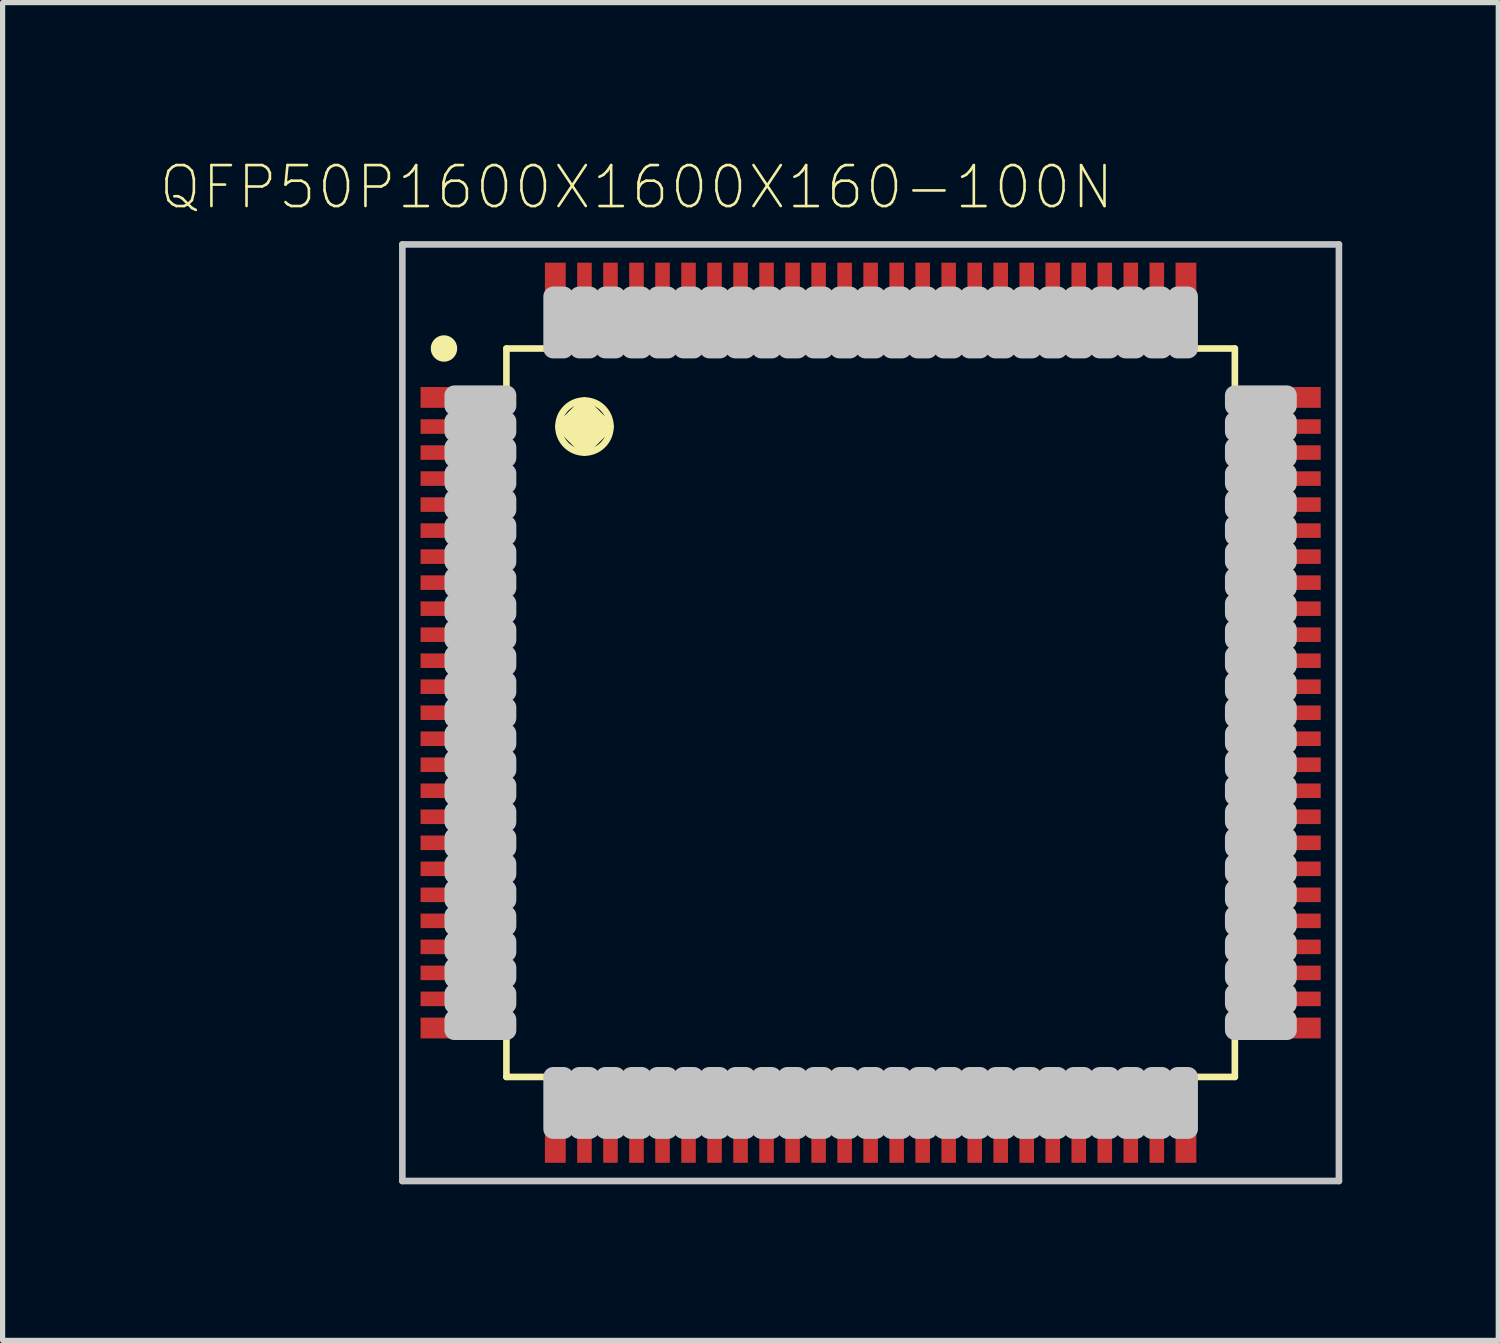
<source format=kicad_pcb>
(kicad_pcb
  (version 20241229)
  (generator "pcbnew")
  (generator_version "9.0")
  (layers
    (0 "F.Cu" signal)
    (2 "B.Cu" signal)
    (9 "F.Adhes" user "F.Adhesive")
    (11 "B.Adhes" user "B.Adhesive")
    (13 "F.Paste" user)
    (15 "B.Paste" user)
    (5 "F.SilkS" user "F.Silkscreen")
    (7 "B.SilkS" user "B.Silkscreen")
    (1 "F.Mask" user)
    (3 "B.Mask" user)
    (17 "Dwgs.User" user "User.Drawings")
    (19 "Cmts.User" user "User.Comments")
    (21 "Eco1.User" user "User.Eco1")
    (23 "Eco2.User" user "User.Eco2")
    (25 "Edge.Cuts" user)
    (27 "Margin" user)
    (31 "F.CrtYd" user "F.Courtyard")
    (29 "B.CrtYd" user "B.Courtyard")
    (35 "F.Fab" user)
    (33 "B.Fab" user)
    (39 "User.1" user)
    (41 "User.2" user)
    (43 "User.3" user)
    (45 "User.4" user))
  (footprint "QFP50P1600X1600X160-100N"
    (layer "F.Cu")
    (at 13.683 10.648)
    (property "Reference" "QFP50P1600X1600X160-100N" (at -4.5 -10.1 0) (layer "F.SilkS") (effects (font (size 0.787 0.787) (thickness 0.05))))
    (attr smd)
    (fp_line (start -7 7) (end -7 -7) (stroke (width 0.127) (type solid)) (layer "F.SilkS"))
    (fp_line (start 7 -7) (end -7 -7) (stroke (width 0.127) (type solid)) (layer "F.SilkS"))
    (fp_line (start 7 -7) (end 7 7) (stroke (width 0.127) (type solid)) (layer "F.SilkS"))
    (fp_line (start 7 7) (end -7 7) (stroke (width 0.127) (type solid)) (layer "F.SilkS"))
    (fp_circle (center -8.2 -7) (end -7.946 -7) (stroke (width 0) (type solid)) (fill yes) (layer "F.SilkS"))
    (fp_circle (center -5.5 -5.5) (end -5 -5.5) (stroke (width 0.127) (type solid)) (fill no) (layer "F.SilkS"))
    (fp_poly (pts (xy -6 -5.5) (xy -5.5 -6) (xy -5 -5.5) (xy -5.5 -5)) (stroke (width 0.127) (type solid)) (fill yes) (layer "F.SilkS"))
    (fp_line (start -9 -9) (end 9 -9) (stroke (width 0.127) (type solid)) (layer "Dwgs.User"))
    (fp_line (start -9 9) (end -9 -9) (stroke (width 0.127) (type solid)) (layer "Dwgs.User"))
    (fp_line (start 9 -9) (end 9 9) (stroke (width 0.127) (type solid)) (layer "Dwgs.User"))
    (fp_line (start 9 9) (end -9 9) (stroke (width 0.127) (type solid)) (layer "Dwgs.User"))
    (fp_poly (pts (xy -7 -6.1) (xy -7 -5.9) (xy -8 -5.9) (xy -8 -6.1)) (stroke (width 0.381) (type solid)) (fill no) (layer "Dwgs.User"))
    (fp_poly (pts (xy -7 -5.6) (xy -7 -5.4) (xy -8 -5.4) (xy -8 -5.6)) (stroke (width 0.381) (type solid)) (fill no) (layer "Dwgs.User"))
    (fp_poly (pts (xy -7 -5.1) (xy -7 -4.9) (xy -8 -4.9) (xy -8 -5.1)) (stroke (width 0.381) (type solid)) (fill no) (layer "Dwgs.User"))
    (fp_poly (pts (xy -7 -4.6) (xy -7 -4.4) (xy -8 -4.4) (xy -8 -4.6)) (stroke (width 0.381) (type solid)) (fill no) (layer "Dwgs.User"))
    (fp_poly (pts (xy -7 -4.1) (xy -7 -3.9) (xy -8 -3.9) (xy -8 -4.1)) (stroke (width 0.381) (type solid)) (fill no) (layer "Dwgs.User"))
    (fp_poly (pts (xy -7 -3.6) (xy -7 -3.4) (xy -8 -3.4) (xy -8 -3.6)) (stroke (width 0.381) (type solid)) (fill no) (layer "Dwgs.User"))
    (fp_poly (pts (xy -7 -3.1) (xy -7 -2.9) (xy -8 -2.9) (xy -8 -3.1)) (stroke (width 0.381) (type solid)) (fill no) (layer "Dwgs.User"))
    (fp_poly (pts (xy -7 -2.6) (xy -7 -2.4) (xy -8 -2.4) (xy -8 -2.6)) (stroke (width 0.381) (type solid)) (fill no) (layer "Dwgs.User"))
    (fp_poly (pts (xy -7 -2.1) (xy -7 -1.9) (xy -8 -1.9) (xy -8 -2.1)) (stroke (width 0.381) (type solid)) (fill no) (layer "Dwgs.User"))
    (fp_poly (pts (xy -7 -1.6) (xy -7 -1.4) (xy -8 -1.4) (xy -8 -1.6)) (stroke (width 0.381) (type solid)) (fill no) (layer "Dwgs.User"))
    (fp_poly (pts (xy -7 -1.1) (xy -7 -0.9) (xy -8 -0.9) (xy -8 -1.1)) (stroke (width 0.381) (type solid)) (fill no) (layer "Dwgs.User"))
    (fp_poly (pts (xy -7 -0.6) (xy -7 -0.4) (xy -8 -0.4) (xy -8 -0.6)) (stroke (width 0.381) (type solid)) (fill no) (layer "Dwgs.User"))
    (fp_poly (pts (xy -7 -0.1) (xy -7 0.1) (xy -8 0.1) (xy -8 -0.1)) (stroke (width 0.381) (type solid)) (fill no) (layer "Dwgs.User"))
    (fp_poly (pts (xy -7 0.4) (xy -7 0.6) (xy -8 0.6) (xy -8 0.4)) (stroke (width 0.381) (type solid)) (fill no) (layer "Dwgs.User"))
    (fp_poly (pts (xy -7 0.9) (xy -7 1.1) (xy -8 1.1) (xy -8 0.9)) (stroke (width 0.381) (type solid)) (fill no) (layer "Dwgs.User"))
    (fp_poly (pts (xy -7 1.4) (xy -7 1.6) (xy -8 1.6) (xy -8 1.4)) (stroke (width 0.381) (type solid)) (fill no) (layer "Dwgs.User"))
    (fp_poly (pts (xy -7 1.9) (xy -7 2.1) (xy -8 2.1) (xy -8 1.9)) (stroke (width 0.381) (type solid)) (fill no) (layer "Dwgs.User"))
    (fp_poly (pts (xy -7 2.4) (xy -7 2.6) (xy -8 2.6) (xy -8 2.4)) (stroke (width 0.381) (type solid)) (fill no) (layer "Dwgs.User"))
    (fp_poly (pts (xy -7 2.9) (xy -7 3.1) (xy -8 3.1) (xy -8 2.9)) (stroke (width 0.381) (type solid)) (fill no) (layer "Dwgs.User"))
    (fp_poly (pts (xy -7 3.4) (xy -7 3.6) (xy -8 3.6) (xy -8 3.4)) (stroke (width 0.381) (type solid)) (fill no) (layer "Dwgs.User"))
    (fp_poly (pts (xy -7 3.9) (xy -7 4.1) (xy -8 4.1) (xy -8 3.9)) (stroke (width 0.381) (type solid)) (fill no) (layer "Dwgs.User"))
    (fp_poly (pts (xy -7 4.4) (xy -7 4.6) (xy -8 4.6) (xy -8 4.4)) (stroke (width 0.381) (type solid)) (fill no) (layer "Dwgs.User"))
    (fp_poly (pts (xy -7 4.9) (xy -7 5.1) (xy -8 5.1) (xy -8 4.9)) (stroke (width 0.381) (type solid)) (fill no) (layer "Dwgs.User"))
    (fp_poly (pts (xy -7 5.4) (xy -7 5.6) (xy -8 5.6) (xy -8 5.4)) (stroke (width 0.381) (type solid)) (fill no) (layer "Dwgs.User"))
    (fp_poly (pts (xy -7 5.9) (xy -7 6.1) (xy -8 6.1) (xy -8 5.9)) (stroke (width 0.381) (type solid)) (fill no) (layer "Dwgs.User"))
    (fp_poly (pts (xy -6.1 7) (xy -5.9 7) (xy -5.9 8) (xy -6.1 8)) (stroke (width 0.381) (type solid)) (fill no) (layer "Dwgs.User"))
    (fp_poly (pts (xy -5.9 -7) (xy -6.1 -7) (xy -6.1 -8) (xy -5.9 -8)) (stroke (width 0.381) (type solid)) (fill no) (layer "Dwgs.User"))
    (fp_poly (pts (xy -5.6 7) (xy -5.4 7) (xy -5.4 8) (xy -5.6 8)) (stroke (width 0.381) (type solid)) (fill no) (layer "Dwgs.User"))
    (fp_poly (pts (xy -5.4 -7) (xy -5.6 -7) (xy -5.6 -8) (xy -5.4 -8)) (stroke (width 0.381) (type solid)) (fill no) (layer "Dwgs.User"))
    (fp_poly (pts (xy -5.1 7) (xy -4.9 7) (xy -4.9 8) (xy -5.1 8)) (stroke (width 0.381) (type solid)) (fill no) (layer "Dwgs.User"))
    (fp_poly (pts (xy -4.9 -7) (xy -5.1 -7) (xy -5.1 -8) (xy -4.9 -8)) (stroke (width 0.381) (type solid)) (fill no) (layer "Dwgs.User"))
    (fp_poly (pts (xy -4.6 7) (xy -4.4 7) (xy -4.4 8) (xy -4.6 8)) (stroke (width 0.381) (type solid)) (fill no) (layer "Dwgs.User"))
    (fp_poly (pts (xy -4.4 -7) (xy -4.6 -7) (xy -4.6 -8) (xy -4.4 -8)) (stroke (width 0.381) (type solid)) (fill no) (layer "Dwgs.User"))
    (fp_poly (pts (xy -4.1 7) (xy -3.9 7) (xy -3.9 8) (xy -4.1 8)) (stroke (width 0.381) (type solid)) (fill no) (layer "Dwgs.User"))
    (fp_poly (pts (xy -3.9 -7) (xy -4.1 -7) (xy -4.1 -8) (xy -3.9 -8)) (stroke (width 0.381) (type solid)) (fill no) (layer "Dwgs.User"))
    (fp_poly (pts (xy -3.6 7) (xy -3.4 7) (xy -3.4 8) (xy -3.6 8)) (stroke (width 0.381) (type solid)) (fill no) (layer "Dwgs.User"))
    (fp_poly (pts (xy -3.4 -7) (xy -3.6 -7) (xy -3.6 -8) (xy -3.4 -8)) (stroke (width 0.381) (type solid)) (fill no) (layer "Dwgs.User"))
    (fp_poly (pts (xy -3.1 7) (xy -2.9 7) (xy -2.9 8) (xy -3.1 8)) (stroke (width 0.381) (type solid)) (fill no) (layer "Dwgs.User"))
    (fp_poly (pts (xy -2.9 -7) (xy -3.1 -7) (xy -3.1 -8) (xy -2.9 -8)) (stroke (width 0.381) (type solid)) (fill no) (layer "Dwgs.User"))
    (fp_poly (pts (xy -2.6 7) (xy -2.4 7) (xy -2.4 8) (xy -2.6 8)) (stroke (width 0.381) (type solid)) (fill no) (layer "Dwgs.User"))
    (fp_poly (pts (xy -2.4 -7) (xy -2.6 -7) (xy -2.6 -8) (xy -2.4 -8)) (stroke (width 0.381) (type solid)) (fill no) (layer "Dwgs.User"))
    (fp_poly (pts (xy -2.1 7) (xy -1.9 7) (xy -1.9 8) (xy -2.1 8)) (stroke (width 0.381) (type solid)) (fill no) (layer "Dwgs.User"))
    (fp_poly (pts (xy -1.9 -7) (xy -2.1 -7) (xy -2.1 -8) (xy -1.9 -8)) (stroke (width 0.381) (type solid)) (fill no) (layer "Dwgs.User"))
    (fp_poly (pts (xy -1.6 7) (xy -1.4 7) (xy -1.4 8) (xy -1.6 8)) (stroke (width 0.381) (type solid)) (fill no) (layer "Dwgs.User"))
    (fp_poly (pts (xy -1.4 -7) (xy -1.6 -7) (xy -1.6 -8) (xy -1.4 -8)) (stroke (width 0.381) (type solid)) (fill no) (layer "Dwgs.User"))
    (fp_poly (pts (xy -1.1 7) (xy -0.9 7) (xy -0.9 8) (xy -1.1 8)) (stroke (width 0.381) (type solid)) (fill no) (layer "Dwgs.User"))
    (fp_poly (pts (xy -0.9 -7) (xy -1.1 -7) (xy -1.1 -8) (xy -0.9 -8)) (stroke (width 0.381) (type solid)) (fill no) (layer "Dwgs.User"))
    (fp_poly (pts (xy -0.6 7) (xy -0.4 7) (xy -0.4 8) (xy -0.6 8)) (stroke (width 0.381) (type solid)) (fill no) (layer "Dwgs.User"))
    (fp_poly (pts (xy -0.4 -7) (xy -0.6 -7) (xy -0.6 -8) (xy -0.4 -8)) (stroke (width 0.381) (type solid)) (fill no) (layer "Dwgs.User"))
    (fp_poly (pts (xy -0.1 7) (xy 0.1 7) (xy 0.1 8) (xy -0.1 8)) (stroke (width 0.381) (type solid)) (fill no) (layer "Dwgs.User"))
    (fp_poly (pts (xy 0.1 -7) (xy -0.1 -7) (xy -0.1 -8) (xy 0.1 -8)) (stroke (width 0.381) (type solid)) (fill no) (layer "Dwgs.User"))
    (fp_poly (pts (xy 0.4 7) (xy 0.6 7) (xy 0.6 8) (xy 0.4 8)) (stroke (width 0.381) (type solid)) (fill no) (layer "Dwgs.User"))
    (fp_poly (pts (xy 0.6 -7) (xy 0.4 -7) (xy 0.4 -8) (xy 0.6 -8)) (stroke (width 0.381) (type solid)) (fill no) (layer "Dwgs.User"))
    (fp_poly (pts (xy 0.9 7) (xy 1.1 7) (xy 1.1 8) (xy 0.9 8)) (stroke (width 0.381) (type solid)) (fill no) (layer "Dwgs.User"))
    (fp_poly (pts (xy 1.1 -7) (xy 0.9 -7) (xy 0.9 -8) (xy 1.1 -8)) (stroke (width 0.381) (type solid)) (fill no) (layer "Dwgs.User"))
    (fp_poly (pts (xy 1.4 7) (xy 1.6 7) (xy 1.6 8) (xy 1.4 8)) (stroke (width 0.381) (type solid)) (fill no) (layer "Dwgs.User"))
    (fp_poly (pts (xy 1.6 -7) (xy 1.4 -7) (xy 1.4 -8) (xy 1.6 -8)) (stroke (width 0.381) (type solid)) (fill no) (layer "Dwgs.User"))
    (fp_poly (pts (xy 1.9 7) (xy 2.1 7) (xy 2.1 8) (xy 1.9 8)) (stroke (width 0.381) (type solid)) (fill no) (layer "Dwgs.User"))
    (fp_poly (pts (xy 2.1 -7) (xy 1.9 -7) (xy 1.9 -8) (xy 2.1 -8)) (stroke (width 0.381) (type solid)) (fill no) (layer "Dwgs.User"))
    (fp_poly (pts (xy 2.4 7) (xy 2.6 7) (xy 2.6 8) (xy 2.4 8)) (stroke (width 0.381) (type solid)) (fill no) (layer "Dwgs.User"))
    (fp_poly (pts (xy 2.6 -7) (xy 2.4 -7) (xy 2.4 -8) (xy 2.6 -8)) (stroke (width 0.381) (type solid)) (fill no) (layer "Dwgs.User"))
    (fp_poly (pts (xy 2.9 7) (xy 3.1 7) (xy 3.1 8) (xy 2.9 8)) (stroke (width 0.381) (type solid)) (fill no) (layer "Dwgs.User"))
    (fp_poly (pts (xy 3.1 -7) (xy 2.9 -7) (xy 2.9 -8) (xy 3.1 -8)) (stroke (width 0.381) (type solid)) (fill no) (layer "Dwgs.User"))
    (fp_poly (pts (xy 3.4 7) (xy 3.6 7) (xy 3.6 8) (xy 3.4 8)) (stroke (width 0.381) (type solid)) (fill no) (layer "Dwgs.User"))
    (fp_poly (pts (xy 3.6 -7) (xy 3.4 -7) (xy 3.4 -8) (xy 3.6 -8)) (stroke (width 0.381) (type solid)) (fill no) (layer "Dwgs.User"))
    (fp_poly (pts (xy 3.9 7) (xy 4.1 7) (xy 4.1 8) (xy 3.9 8)) (stroke (width 0.381) (type solid)) (fill no) (layer "Dwgs.User"))
    (fp_poly (pts (xy 4.1 -7) (xy 3.9 -7) (xy 3.9 -8) (xy 4.1 -8)) (stroke (width 0.381) (type solid)) (fill no) (layer "Dwgs.User"))
    (fp_poly (pts (xy 4.4 7) (xy 4.6 7) (xy 4.6 8) (xy 4.4 8)) (stroke (width 0.381) (type solid)) (fill no) (layer "Dwgs.User"))
    (fp_poly (pts (xy 4.6 -7) (xy 4.4 -7) (xy 4.4 -8) (xy 4.6 -8)) (stroke (width 0.381) (type solid)) (fill no) (layer "Dwgs.User"))
    (fp_poly (pts (xy 4.9 7) (xy 5.1 7) (xy 5.1 8) (xy 4.9 8)) (stroke (width 0.381) (type solid)) (fill no) (layer "Dwgs.User"))
    (fp_poly (pts (xy 5.1 -7) (xy 4.9 -7) (xy 4.9 -8) (xy 5.1 -8)) (stroke (width 0.381) (type solid)) (fill no) (layer "Dwgs.User"))
    (fp_poly (pts (xy 5.4 7) (xy 5.6 7) (xy 5.6 8) (xy 5.4 8)) (stroke (width 0.381) (type solid)) (fill no) (layer "Dwgs.User"))
    (fp_poly (pts (xy 5.6 -7) (xy 5.4 -7) (xy 5.4 -8) (xy 5.6 -8)) (stroke (width 0.381) (type solid)) (fill no) (layer "Dwgs.User"))
    (fp_poly (pts (xy 5.9 7) (xy 6.1 7) (xy 6.1 8) (xy 5.9 8)) (stroke (width 0.381) (type solid)) (fill no) (layer "Dwgs.User"))
    (fp_poly (pts (xy 6.1 -7) (xy 5.9 -7) (xy 5.9 -8) (xy 6.1 -8)) (stroke (width 0.381) (type solid)) (fill no) (layer "Dwgs.User"))
    (fp_poly (pts (xy 8 -6.1) (xy 8 -5.9) (xy 7 -5.9) (xy 7 -6.1)) (stroke (width 0.381) (type solid)) (fill no) (layer "Dwgs.User"))
    (fp_poly (pts (xy 8 -5.6) (xy 8 -5.4) (xy 7 -5.4) (xy 7 -5.6)) (stroke (width 0.381) (type solid)) (fill no) (layer "Dwgs.User"))
    (fp_poly (pts (xy 8 -5.1) (xy 8 -4.9) (xy 7 -4.9) (xy 7 -5.1)) (stroke (width 0.381) (type solid)) (fill no) (layer "Dwgs.User"))
    (fp_poly (pts (xy 8 -4.6) (xy 8 -4.4) (xy 7 -4.4) (xy 7 -4.6)) (stroke (width 0.381) (type solid)) (fill no) (layer "Dwgs.User"))
    (fp_poly (pts (xy 8 -4.1) (xy 8 -3.9) (xy 7 -3.9) (xy 7 -4.1)) (stroke (width 0.381) (type solid)) (fill no) (layer "Dwgs.User"))
    (fp_poly (pts (xy 8 -3.6) (xy 8 -3.4) (xy 7 -3.4) (xy 7 -3.6)) (stroke (width 0.381) (type solid)) (fill no) (layer "Dwgs.User"))
    (fp_poly (pts (xy 8 -3.1) (xy 8 -2.9) (xy 7 -2.9) (xy 7 -3.1)) (stroke (width 0.381) (type solid)) (fill no) (layer "Dwgs.User"))
    (fp_poly (pts (xy 8 -2.6) (xy 8 -2.4) (xy 7 -2.4) (xy 7 -2.6)) (stroke (width 0.381) (type solid)) (fill no) (layer "Dwgs.User"))
    (fp_poly (pts (xy 8 -2.1) (xy 8 -1.9) (xy 7 -1.9) (xy 7 -2.1)) (stroke (width 0.381) (type solid)) (fill no) (layer "Dwgs.User"))
    (fp_poly (pts (xy 8 -1.6) (xy 8 -1.4) (xy 7 -1.4) (xy 7 -1.6)) (stroke (width 0.381) (type solid)) (fill no) (layer "Dwgs.User"))
    (fp_poly (pts (xy 8 -1.1) (xy 8 -0.9) (xy 7 -0.9) (xy 7 -1.1)) (stroke (width 0.381) (type solid)) (fill no) (layer "Dwgs.User"))
    (fp_poly (pts (xy 8 -0.6) (xy 8 -0.4) (xy 7 -0.4) (xy 7 -0.6)) (stroke (width 0.381) (type solid)) (fill no) (layer "Dwgs.User"))
    (fp_poly (pts (xy 8 -0.1) (xy 8 0.1) (xy 7 0.1) (xy 7 -0.1)) (stroke (width 0.381) (type solid)) (fill no) (layer "Dwgs.User"))
    (fp_poly (pts (xy 8 0.4) (xy 8 0.6) (xy 7 0.6) (xy 7 0.4)) (stroke (width 0.381) (type solid)) (fill no) (layer "Dwgs.User"))
    (fp_poly (pts (xy 8 0.9) (xy 8 1.1) (xy 7 1.1) (xy 7 0.9)) (stroke (width 0.381) (type solid)) (fill no) (layer "Dwgs.User"))
    (fp_poly (pts (xy 8 1.4) (xy 8 1.6) (xy 7 1.6) (xy 7 1.4)) (stroke (width 0.381) (type solid)) (fill no) (layer "Dwgs.User"))
    (fp_poly (pts (xy 8 1.9) (xy 8 2.1) (xy 7 2.1) (xy 7 1.9)) (stroke (width 0.381) (type solid)) (fill no) (layer "Dwgs.User"))
    (fp_poly (pts (xy 8 2.4) (xy 8 2.6) (xy 7 2.6) (xy 7 2.4)) (stroke (width 0.381) (type solid)) (fill no) (layer "Dwgs.User"))
    (fp_poly (pts (xy 8 2.9) (xy 8 3.1) (xy 7 3.1) (xy 7 2.9)) (stroke (width 0.381) (type solid)) (fill no) (layer "Dwgs.User"))
    (fp_poly (pts (xy 8 3.4) (xy 8 3.6) (xy 7 3.6) (xy 7 3.4)) (stroke (width 0.381) (type solid)) (fill no) (layer "Dwgs.User"))
    (fp_poly (pts (xy 8 3.9) (xy 8 4.1) (xy 7 4.1) (xy 7 3.9)) (stroke (width 0.381) (type solid)) (fill no) (layer "Dwgs.User"))
    (fp_poly (pts (xy 8 4.4) (xy 8 4.6) (xy 7 4.6) (xy 7 4.4)) (stroke (width 0.381) (type solid)) (fill no) (layer "Dwgs.User"))
    (fp_poly (pts (xy 8 4.9) (xy 8 5.1) (xy 7 5.1) (xy 7 4.9)) (stroke (width 0.381) (type solid)) (fill no) (layer "Dwgs.User"))
    (fp_poly (pts (xy 8 5.4) (xy 8 5.6) (xy 7 5.6) (xy 7 5.4)) (stroke (width 0.381) (type solid)) (fill no) (layer "Dwgs.User"))
    (fp_poly (pts (xy 8 5.9) (xy 8 6.1) (xy 7 6.1) (xy 7 5.9)) (stroke (width 0.381) (type solid)) (fill no) (layer "Dwgs.User"))
    (pad "1" smd rect (at -7.9 -6.06 270) (size 0.4 1.5) (layers "F.Cu" "F.Mask" "F.Paste"))
    (pad "2" smd rect (at -7.9 -5.5 270) (size 0.28 1.5) (layers "F.Cu" "F.Mask" "F.Paste"))
    (pad "3" smd rect (at -7.9 -5 270) (size 0.28 1.5) (layers "F.Cu" "F.Mask" "F.Paste"))
    (pad "4" smd rect (at -7.9 -4.5 270) (size 0.28 1.5) (layers "F.Cu" "F.Mask" "F.Paste"))
    (pad "5" smd rect (at -7.9 -4 270) (size 0.28 1.5) (layers "F.Cu" "F.Mask" "F.Paste"))
    (pad "6" smd rect (at -7.9 -3.5 270) (size 0.28 1.5) (layers "F.Cu" "F.Mask" "F.Paste"))
    (pad "7" smd rect (at -7.9 -3 270) (size 0.28 1.5) (layers "F.Cu" "F.Mask" "F.Paste"))
    (pad "8" smd rect (at -7.9 -2.5 270) (size 0.28 1.5) (layers "F.Cu" "F.Mask" "F.Paste"))
    (pad "9" smd rect (at -7.9 -2 270) (size 0.28 1.5) (layers "F.Cu" "F.Mask" "F.Paste"))
    (pad "10" smd rect (at -7.9 -1.5 270) (size 0.28 1.5) (layers "F.Cu" "F.Mask" "F.Paste"))
    (pad "11" smd rect (at -7.9 -1 270) (size 0.28 1.5) (layers "F.Cu" "F.Mask" "F.Paste"))
    (pad "12" smd rect (at -7.9 -0.5 270) (size 0.28 1.5) (layers "F.Cu" "F.Mask" "F.Paste"))
    (pad "13" smd rect (at -7.9 0 270) (size 0.28 1.5) (layers "F.Cu" "F.Mask" "F.Paste"))
    (pad "14" smd rect (at -7.9 0.5 270) (size 0.28 1.5) (layers "F.Cu" "F.Mask" "F.Paste"))
    (pad "15" smd rect (at -7.9 1 270) (size 0.28 1.5) (layers "F.Cu" "F.Mask" "F.Paste"))
    (pad "16" smd rect (at -7.9 1.5 270) (size 0.28 1.5) (layers "F.Cu" "F.Mask" "F.Paste"))
    (pad "17" smd rect (at -7.9 2 270) (size 0.28 1.5) (layers "F.Cu" "F.Mask" "F.Paste"))
    (pad "18" smd rect (at -7.9 2.5 270) (size 0.28 1.5) (layers "F.Cu" "F.Mask" "F.Paste"))
    (pad "19" smd rect (at -7.9 3 270) (size 0.28 1.5) (layers "F.Cu" "F.Mask" "F.Paste"))
    (pad "20" smd rect (at -7.9 3.5 270) (size 0.28 1.5) (layers "F.Cu" "F.Mask" "F.Paste"))
    (pad "21" smd rect (at -7.9 4 270) (size 0.28 1.5) (layers "F.Cu" "F.Mask" "F.Paste"))
    (pad "22" smd rect (at -7.9 4.5 270) (size 0.28 1.5) (layers "F.Cu" "F.Mask" "F.Paste"))
    (pad "23" smd rect (at -7.9 5 270) (size 0.28 1.5) (layers "F.Cu" "F.Mask" "F.Paste"))
    (pad "24" smd rect (at -7.9 5.5 270) (size 0.28 1.5) (layers "F.Cu" "F.Mask" "F.Paste"))
    (pad "25" smd rect (at -7.9 6.06 270) (size 0.4 1.5) (layers "F.Cu" "F.Mask" "F.Paste"))
    (pad "26" smd rect (at -6.06 7.9 270) (size 1.5 0.4) (layers "F.Cu" "F.Mask" "F.Paste"))
    (pad "27" smd rect (at -5.5 7.9 270) (size 1.5 0.28) (layers "F.Cu" "F.Mask" "F.Paste"))
    (pad "28" smd rect (at -5 7.9 270) (size 1.5 0.28) (layers "F.Cu" "F.Mask" "F.Paste"))
    (pad "29" smd rect (at -4.5 7.9 270) (size 1.5 0.28) (layers "F.Cu" "F.Mask" "F.Paste"))
    (pad "30" smd rect (at -4 7.9 270) (size 1.5 0.28) (layers "F.Cu" "F.Mask" "F.Paste"))
    (pad "31" smd rect (at -3.5 7.9 270) (size 1.5 0.28) (layers "F.Cu" "F.Mask" "F.Paste"))
    (pad "32" smd rect (at -3 7.9 270) (size 1.5 0.28) (layers "F.Cu" "F.Mask" "F.Paste"))
    (pad "33" smd rect (at -2.5 7.9 270) (size 1.5 0.28) (layers "F.Cu" "F.Mask" "F.Paste"))
    (pad "34" smd rect (at -2 7.9 270) (size 1.5 0.28) (layers "F.Cu" "F.Mask" "F.Paste"))
    (pad "35" smd rect (at -1.5 7.9 270) (size 1.5 0.28) (layers "F.Cu" "F.Mask" "F.Paste"))
    (pad "36" smd rect (at -1 7.9 270) (size 1.5 0.28) (layers "F.Cu" "F.Mask" "F.Paste"))
    (pad "37" smd rect (at -0.5 7.9 270) (size 1.5 0.28) (layers "F.Cu" "F.Mask" "F.Paste"))
    (pad "38" smd rect (at 0 7.9 270) (size 1.5 0.28) (layers "F.Cu" "F.Mask" "F.Paste"))
    (pad "39" smd rect (at 0.5 7.9 270) (size 1.5 0.28) (layers "F.Cu" "F.Mask" "F.Paste"))
    (pad "40" smd rect (at 1 7.9 270) (size 1.5 0.28) (layers "F.Cu" "F.Mask" "F.Paste"))
    (pad "41" smd rect (at 1.5 7.9 270) (size 1.5 0.28) (layers "F.Cu" "F.Mask" "F.Paste"))
    (pad "42" smd rect (at 2 7.9 270) (size 1.5 0.28) (layers "F.Cu" "F.Mask" "F.Paste"))
    (pad "43" smd rect (at 2.5 7.9 270) (size 1.5 0.28) (layers "F.Cu" "F.Mask" "F.Paste"))
    (pad "44" smd rect (at 3 7.9 270) (size 1.5 0.28) (layers "F.Cu" "F.Mask" "F.Paste"))
    (pad "45" smd rect (at 3.5 7.9 270) (size 1.5 0.28) (layers "F.Cu" "F.Mask" "F.Paste"))
    (pad "46" smd rect (at 4 7.9 270) (size 1.5 0.28) (layers "F.Cu" "F.Mask" "F.Paste"))
    (pad "47" smd rect (at 4.5 7.9 270) (size 1.5 0.28) (layers "F.Cu" "F.Mask" "F.Paste"))
    (pad "48" smd rect (at 5 7.9 270) (size 1.5 0.28) (layers "F.Cu" "F.Mask" "F.Paste"))
    (pad "49" smd rect (at 5.5 7.9 270) (size 1.5 0.28) (layers "F.Cu" "F.Mask" "F.Paste"))
    (pad "50" smd rect (at 6.06 7.9 270) (size 1.5 0.4) (layers "F.Cu" "F.Mask" "F.Paste"))
    (pad "51" smd rect (at 7.9 6.06 270) (size 0.4 1.5) (layers "F.Cu" "F.Mask" "F.Paste"))
    (pad "52" smd rect (at 7.9 5.5 270) (size 0.28 1.5) (layers "F.Cu" "F.Mask" "F.Paste"))
    (pad "53" smd rect (at 7.9 5 270) (size 0.28 1.5) (layers "F.Cu" "F.Mask" "F.Paste"))
    (pad "54" smd rect (at 7.9 4.5 270) (size 0.28 1.5) (layers "F.Cu" "F.Mask" "F.Paste"))
    (pad "55" smd rect (at 7.9 4 270) (size 0.28 1.5) (layers "F.Cu" "F.Mask" "F.Paste"))
    (pad "56" smd rect (at 7.9 3.5 270) (size 0.28 1.5) (layers "F.Cu" "F.Mask" "F.Paste"))
    (pad "57" smd rect (at 7.9 3 270) (size 0.28 1.5) (layers "F.Cu" "F.Mask" "F.Paste"))
    (pad "58" smd rect (at 7.9 2.5 270) (size 0.28 1.5) (layers "F.Cu" "F.Mask" "F.Paste"))
    (pad "59" smd rect (at 7.9 2 270) (size 0.28 1.5) (layers "F.Cu" "F.Mask" "F.Paste"))
    (pad "60" smd rect (at 7.9 1.5 270) (size 0.28 1.5) (layers "F.Cu" "F.Mask" "F.Paste"))
    (pad "61" smd rect (at 7.9 1 270) (size 0.28 1.5) (layers "F.Cu" "F.Mask" "F.Paste"))
    (pad "62" smd rect (at 7.9 0.5 270) (size 0.28 1.5) (layers "F.Cu" "F.Mask" "F.Paste"))
    (pad "63" smd rect (at 7.9 0 270) (size 0.28 1.5) (layers "F.Cu" "F.Mask" "F.Paste"))
    (pad "64" smd rect (at 7.9 -0.5 270) (size 0.28 1.5) (layers "F.Cu" "F.Mask" "F.Paste"))
    (pad "65" smd rect (at 7.9 -1 270) (size 0.28 1.5) (layers "F.Cu" "F.Mask" "F.Paste"))
    (pad "66" smd rect (at 7.9 -1.5 270) (size 0.28 1.5) (layers "F.Cu" "F.Mask" "F.Paste"))
    (pad "67" smd rect (at 7.9 -2 270) (size 0.28 1.5) (layers "F.Cu" "F.Mask" "F.Paste"))
    (pad "68" smd rect (at 7.9 -2.5 270) (size 0.28 1.5) (layers "F.Cu" "F.Mask" "F.Paste"))
    (pad "69" smd rect (at 7.9 -3 270) (size 0.28 1.5) (layers "F.Cu" "F.Mask" "F.Paste"))
    (pad "70" smd rect (at 7.9 -3.5 270) (size 0.28 1.5) (layers "F.Cu" "F.Mask" "F.Paste"))
    (pad "71" smd rect (at 7.9 -4 270) (size 0.28 1.5) (layers "F.Cu" "F.Mask" "F.Paste"))
    (pad "72" smd rect (at 7.9 -4.5 270) (size 0.28 1.5) (layers "F.Cu" "F.Mask" "F.Paste"))
    (pad "73" smd rect (at 7.9 -5 270) (size 0.28 1.5) (layers "F.Cu" "F.Mask" "F.Paste"))
    (pad "74" smd rect (at 7.9 -5.5 270) (size 0.28 1.5) (layers "F.Cu" "F.Mask" "F.Paste"))
    (pad "75" smd rect (at 7.9 -6.06 270) (size 0.4 1.5) (layers "F.Cu" "F.Mask" "F.Paste"))
    (pad "76" smd rect (at 6.06 -7.9 270) (size 1.5 0.4) (layers "F.Cu" "F.Mask" "F.Paste"))
    (pad "77" smd rect (at 5.5 -7.9 270) (size 1.5 0.28) (layers "F.Cu" "F.Mask" "F.Paste"))
    (pad "78" smd rect (at 5 -7.9 270) (size 1.5 0.28) (layers "F.Cu" "F.Mask" "F.Paste"))
    (pad "79" smd rect (at 4.5 -7.9 270) (size 1.5 0.28) (layers "F.Cu" "F.Mask" "F.Paste"))
    (pad "80" smd rect (at 4 -7.9 270) (size 1.5 0.28) (layers "F.Cu" "F.Mask" "F.Paste"))
    (pad "81" smd rect (at 3.5 -7.9 270) (size 1.5 0.28) (layers "F.Cu" "F.Mask" "F.Paste"))
    (pad "82" smd rect (at 3 -7.9 270) (size 1.5 0.28) (layers "F.Cu" "F.Mask" "F.Paste"))
    (pad "83" smd rect (at 2.5 -7.9 270) (size 1.5 0.28) (layers "F.Cu" "F.Mask" "F.Paste"))
    (pad "84" smd rect (at 2 -7.9 270) (size 1.5 0.28) (layers "F.Cu" "F.Mask" "F.Paste"))
    (pad "85" smd rect (at 1.5 -7.9 270) (size 1.5 0.28) (layers "F.Cu" "F.Mask" "F.Paste"))
    (pad "86" smd rect (at 1 -7.9 270) (size 1.5 0.28) (layers "F.Cu" "F.Mask" "F.Paste"))
    (pad "87" smd rect (at 0.5 -7.9 270) (size 1.5 0.28) (layers "F.Cu" "F.Mask" "F.Paste"))
    (pad "88" smd rect (at 0 -7.9 270) (size 1.5 0.28) (layers "F.Cu" "F.Mask" "F.Paste"))
    (pad "89" smd rect (at -0.5 -7.9 270) (size 1.5 0.28) (layers "F.Cu" "F.Mask" "F.Paste"))
    (pad "90" smd rect (at -1 -7.9 270) (size 1.5 0.28) (layers "F.Cu" "F.Mask" "F.Paste"))
    (pad "91" smd rect (at -1.5 -7.9 270) (size 1.5 0.28) (layers "F.Cu" "F.Mask" "F.Paste"))
    (pad "92" smd rect (at -2 -7.9 270) (size 1.5 0.28) (layers "F.Cu" "F.Mask" "F.Paste"))
    (pad "93" smd rect (at -2.5 -7.9 270) (size 1.5 0.28) (layers "F.Cu" "F.Mask" "F.Paste"))
    (pad "94" smd rect (at -3 -7.9 270) (size 1.5 0.28) (layers "F.Cu" "F.Mask" "F.Paste"))
    (pad "95" smd rect (at -3.5 -7.9 270) (size 1.5 0.28) (layers "F.Cu" "F.Mask" "F.Paste"))
    (pad "96" smd rect (at -4 -7.9 270) (size 1.5 0.28) (layers "F.Cu" "F.Mask" "F.Paste"))
    (pad "97" smd rect (at -4.5 -7.9 270) (size 1.5 0.28) (layers "F.Cu" "F.Mask" "F.Paste"))
    (pad "98" smd rect (at -5 -7.9 270) (size 1.5 0.28) (layers "F.Cu" "F.Mask" "F.Paste"))
    (pad "99" smd rect (at -5.5 -7.9 270) (size 1.5 0.28) (layers "F.Cu" "F.Mask" "F.Paste"))
    (pad "100" smd rect (at -6.06 -7.9 270) (size 1.5 0.4) (layers "F.Cu" "F.Mask" "F.Paste")))
  (gr_rect
    (start -3 -3)
    (end 25.746 22.712)
    (stroke (width 0.1) (type default))
    (fill no)
    (layer "Edge.Cuts")))
</source>
